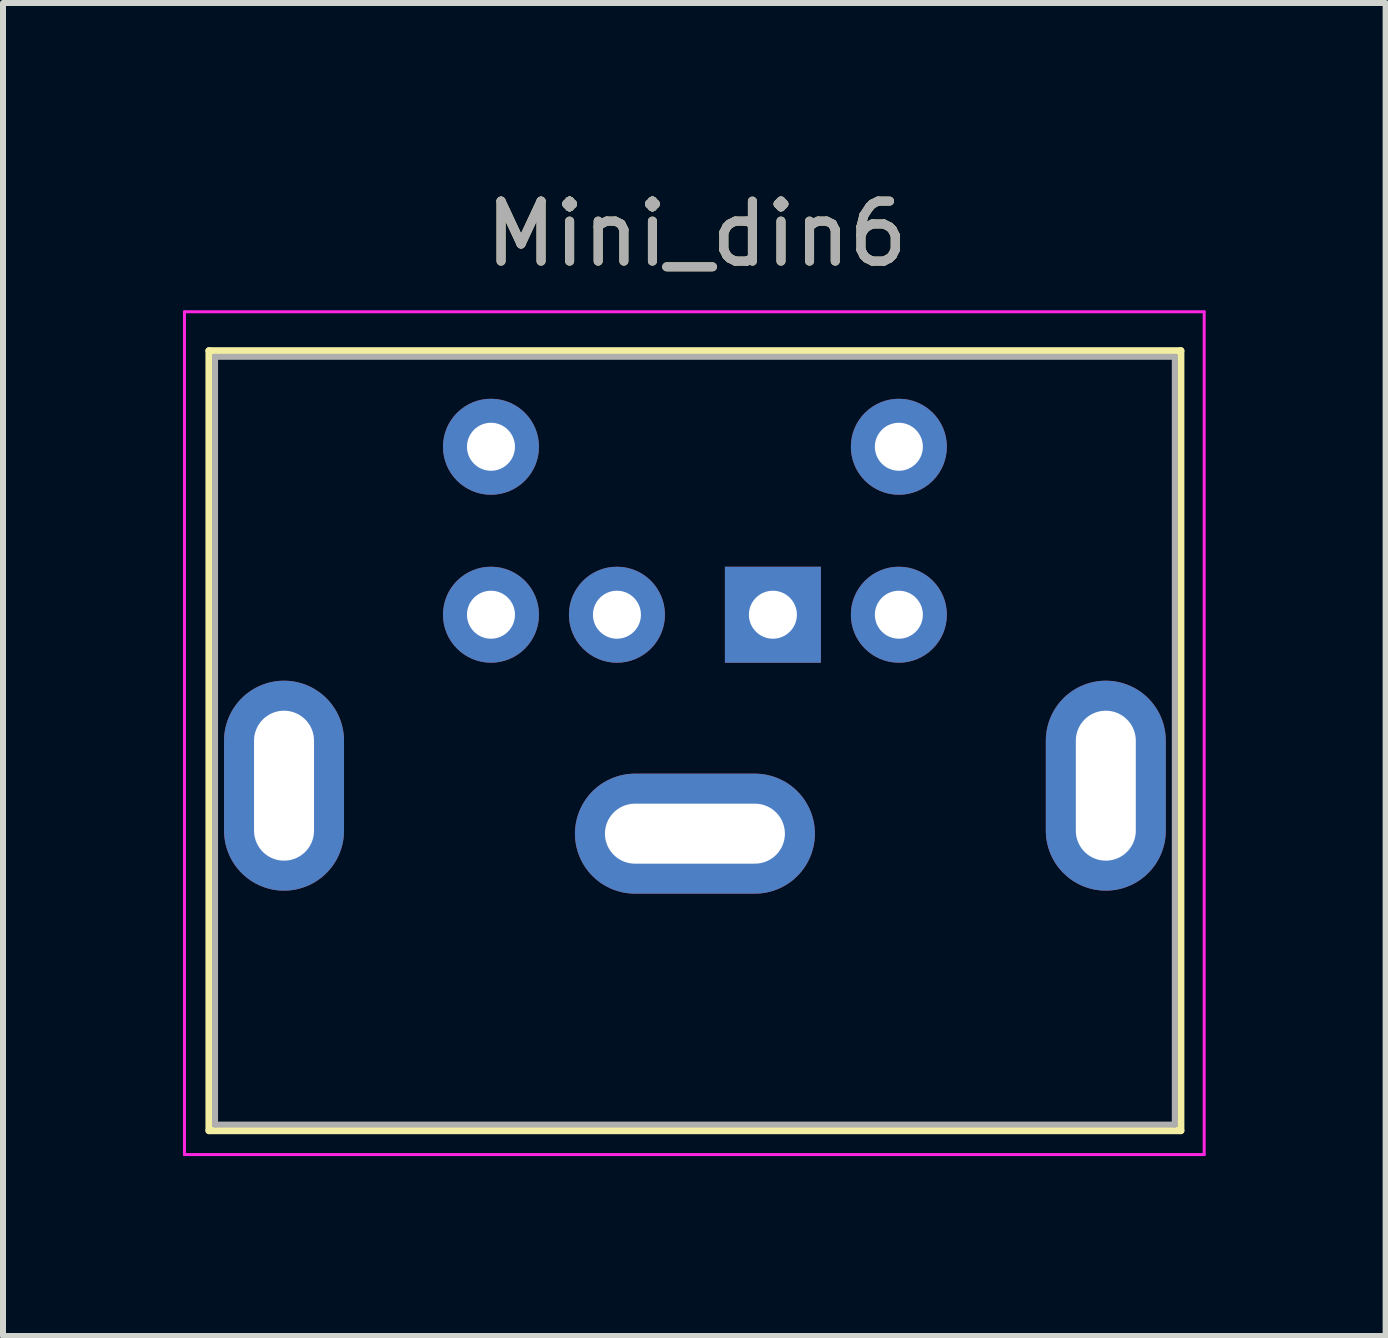
<source format=kicad_pcb>
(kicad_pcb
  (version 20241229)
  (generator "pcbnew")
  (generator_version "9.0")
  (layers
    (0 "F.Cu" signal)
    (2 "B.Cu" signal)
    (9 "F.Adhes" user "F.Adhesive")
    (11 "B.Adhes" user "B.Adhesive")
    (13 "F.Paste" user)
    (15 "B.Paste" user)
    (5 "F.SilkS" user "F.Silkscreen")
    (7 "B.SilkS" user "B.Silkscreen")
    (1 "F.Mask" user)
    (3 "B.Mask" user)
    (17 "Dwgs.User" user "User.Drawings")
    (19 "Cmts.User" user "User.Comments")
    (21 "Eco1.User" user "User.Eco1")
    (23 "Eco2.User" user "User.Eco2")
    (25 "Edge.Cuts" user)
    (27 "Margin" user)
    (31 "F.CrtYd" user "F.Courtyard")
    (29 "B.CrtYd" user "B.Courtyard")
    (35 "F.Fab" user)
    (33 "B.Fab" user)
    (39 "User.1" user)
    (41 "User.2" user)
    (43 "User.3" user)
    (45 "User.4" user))
  (footprint "Mini_din6"
    (layer "F.Cu")
    (at 9.835 7.198)
    (property "Reference" "Mini_din6" (at -1.27 -6.35 0) (layer "F.SilkS") (effects (font (size 1 1) (thickness 0.15))))
    (attr through_hole)
    (fp_line (start -9.4 -4.4) (end -9.4 8.6) (stroke (width 0.12) (type solid)) (layer "F.SilkS"))
    (fp_line (start -9.4 -4.4) (end 6.8 -4.4) (stroke (width 0.12) (type solid)) (layer "F.SilkS"))
    (fp_line (start -9.4 8.6) (end 6.8 8.6) (stroke (width 0.12) (type solid)) (layer "F.SilkS"))
    (fp_line (start 6.8 -4.4) (end 6.8 8.6) (stroke (width 0.12) (type solid)) (layer "F.SilkS"))
    (fp_line (start -9.81 -5.05) (end -9.81 9) (stroke (width 0.05) (type solid)) (layer "F.CrtYd"))
    (fp_line (start -9.81 -5.05) (end 7.19 -5.05) (stroke (width 0.05) (type solid)) (layer "F.CrtYd"))
    (fp_line (start 7.19 9) (end -9.81 9) (stroke (width 0.05) (type solid)) (layer "F.CrtYd"))
    (fp_line (start 7.19 9) (end 7.19 -5.05) (stroke (width 0.05) (type solid)) (layer "F.CrtYd"))
    (fp_line (start -9.3 -4.3) (end 6.7 -4.3) (stroke (width 0.1) (type solid)) (layer "F.Fab"))
    (fp_line (start -9.3 8.5) (end -9.3 -4.3) (stroke (width 0.1) (type solid)) (layer "F.Fab"))
    (fp_line (start 6.7 -4.3) (end 6.7 8.5) (stroke (width 0.1) (type solid)) (layer "F.Fab"))
    (fp_line (start 6.7 8.5) (end -9.3 8.5) (stroke (width 0.1) (type solid)) (layer "F.Fab"))
    (fp_text user "${REFERENCE}" (at -1.27 -6.35 0) (layer "F.Fab") (effects (font (size 1 1) (thickness 0.15))))
    (pad "1" thru_hole rect (at 0 0) (size 1.6 1.6) (drill 0.8) (layers "*.Cu" "*.Mask"))
    (pad "2" thru_hole circle (at -2.6 0) (size 1.6 1.6) (drill 0.8) (layers "*.Cu" "*.Mask"))
    (pad "3" thru_hole circle (at 2.1 0) (size 1.6 1.6) (drill 0.8) (layers "*.Cu" "*.Mask"))
    (pad "4" thru_hole circle (at -4.7 0) (size 1.6 1.6) (drill 0.8) (layers "*.Cu" "*.Mask"))
    (pad "5" thru_hole circle (at 2.1 -2.8) (size 1.6 1.6) (drill 0.8) (layers "*.Cu" "*.Mask"))
    (pad "6" thru_hole circle (at -4.7 -2.8) (size 1.6 1.6) (drill 0.8) (layers "*.Cu" "*.Mask"))
    (pad "7" thru_hole oval (at -8.15 2.85) (size 2 3.5) (drill oval 1 2.5) (layers "*.Cu" "*.Mask"))
    (pad "7" thru_hole oval (at -1.3 3.65) (size 4 2) (drill oval 3 1) (layers "*.Cu" "*.Mask"))
    (pad "7" thru_hole oval (at 5.55 2.85) (size 2 3.5) (drill oval 1 2.5) (layers "*.Cu" "*.Mask")))
  (gr_rect
    (start -3 -3)
    (end 20.05 19.223)
    (stroke (width 0.1) (type default))
    (fill no)
    (layer "Edge.Cuts")))
</source>
